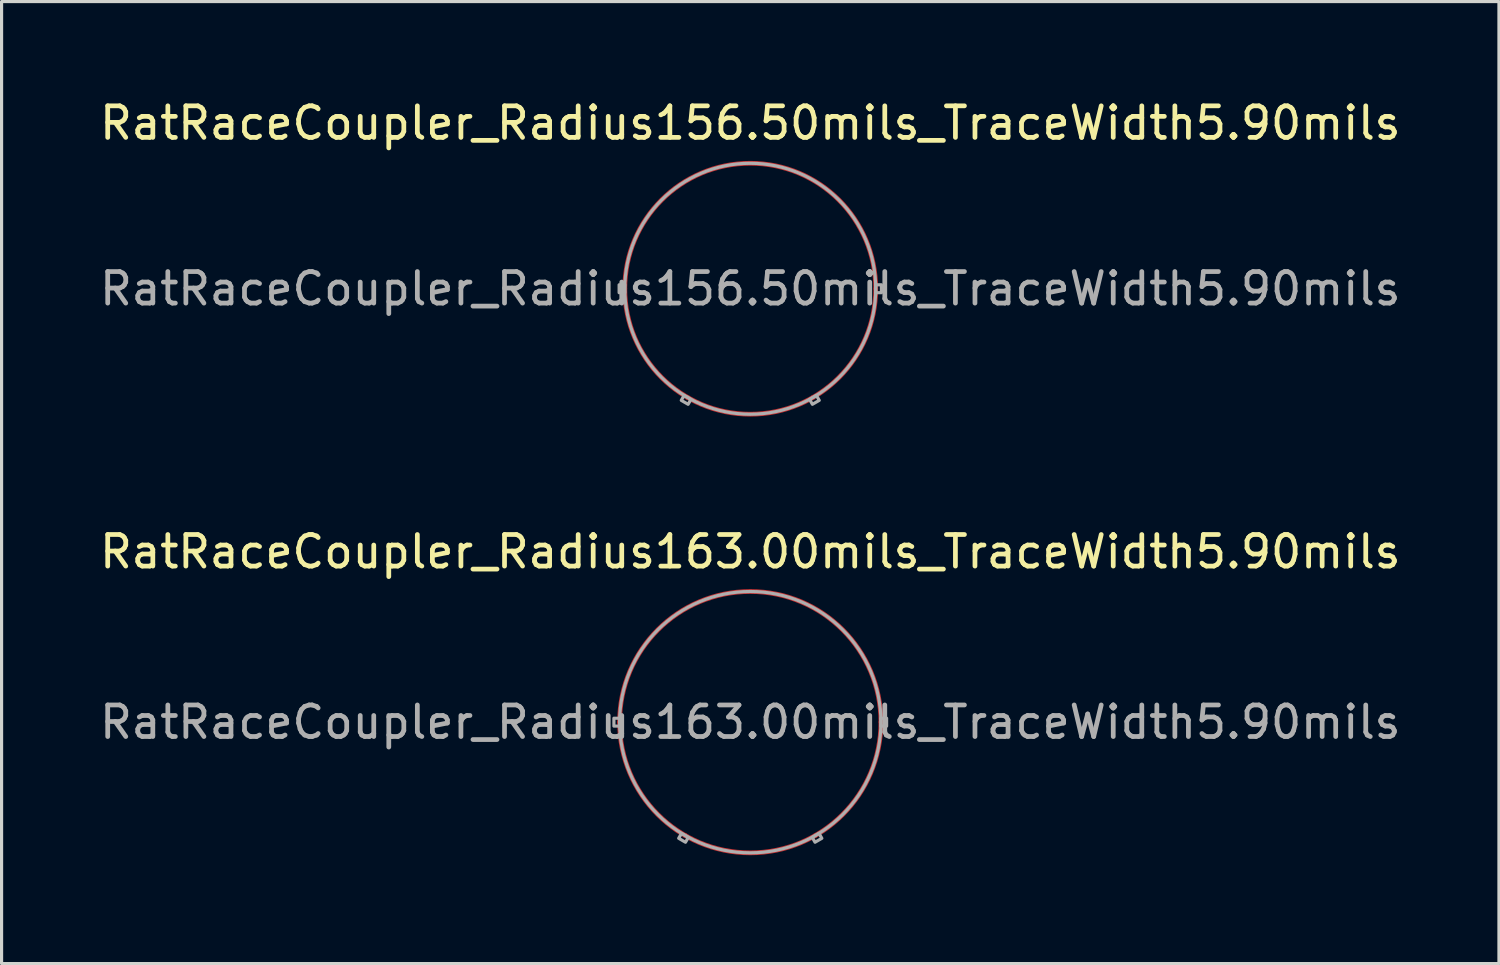
<source format=kicad_pcb>
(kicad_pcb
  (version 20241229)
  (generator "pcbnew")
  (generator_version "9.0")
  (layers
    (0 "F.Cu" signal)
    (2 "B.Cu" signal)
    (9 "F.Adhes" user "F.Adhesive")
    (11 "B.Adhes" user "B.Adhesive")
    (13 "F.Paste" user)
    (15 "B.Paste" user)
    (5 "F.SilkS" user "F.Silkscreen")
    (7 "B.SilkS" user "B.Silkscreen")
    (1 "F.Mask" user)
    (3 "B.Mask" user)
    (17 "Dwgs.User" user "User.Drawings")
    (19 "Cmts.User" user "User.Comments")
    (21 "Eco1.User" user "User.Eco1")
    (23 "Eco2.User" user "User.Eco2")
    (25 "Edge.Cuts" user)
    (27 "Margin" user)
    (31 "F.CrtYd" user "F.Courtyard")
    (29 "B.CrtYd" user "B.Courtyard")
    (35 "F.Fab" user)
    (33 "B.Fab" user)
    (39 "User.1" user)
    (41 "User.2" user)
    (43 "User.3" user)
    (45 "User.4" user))
  (footprint "RatRaceCoupler_Radius156.50mils_TraceWidth5.90mils"
    (layer "F.Cu")
    (at 20.72 6.098)
    (property "Reference" "RatRaceCoupler_Radius156.50mils_TraceWidth5.90mils" (at 0 -5.25 0) (layer "F.SilkS") (effects (font (size 1 1) (thickness 0.15))))
    (attr smd)
    (fp_circle (center 0 0) (end 3.975 0) (stroke (width 0.15) (type solid)) (fill no) (layer "F.Cu"))
    (fp_circle (center 0 0) (end 4.483 0) (stroke (width 0) (type solid)) (fill yes) (layer "F.Mask"))
    (fp_circle (center 0 0) (end 3.975 0) (stroke (width 0.1) (type solid)) (fill no) (layer "F.Fab"))
    (fp_poly (pts (xy -3.975 0.125) (xy -3.975 -0.125) (xy -4.155 -0.125) (xy -4.155 0.125) (xy -3.975 0.125)) (stroke (width 0.1) (type solid)) (fill no) (layer "F.Fab"))
    (fp_poly (pts (xy -1.879 3.505) (xy -2.096 3.38) (xy -2.186 3.536) (xy -1.969 3.661) (xy -1.879 3.505)) (stroke (width 0.1) (type solid)) (fill no) (layer "F.Fab"))
    (fp_poly (pts (xy 2.096 3.38) (xy 1.879 3.505) (xy 1.969 3.661) (xy 2.186 3.536) (xy 2.096 3.38)) (stroke (width 0.1) (type solid)) (fill no) (layer "F.Fab"))
    (fp_poly (pts (xy 3.975 -0.125) (xy 3.975 0.125) (xy 4.155 0.125) (xy 4.155 -0.125) (xy 3.975 -0.125)) (stroke (width 0.1) (type solid)) (fill no) (layer "F.Fab"))
    (fp_text user "${REFERENCE}" (at 0 0 0) (layer "F.Fab") (effects (font (size 1 1) (thickness 0.15))))
    (pad "1" smd circle (at -3.975 0) (size 0.15 0.15) (layers "F.Cu"))
    (pad "2" smd circle (at -1.988 3.443) (size 0.15 0.15) (layers "F.Cu"))
    (pad "3" smd circle (at 1.988 3.443) (size 0.15 0.15) (layers "F.Cu"))
    (pad "4" smd circle (at 3.975 0) (size 0.15 0.15) (layers "F.Cu")))
  (footprint "RatRaceCoupler_Radius163.00mils_TraceWidth5.90mils"
    (layer "F.Cu")
    (at 20.72 19.83)
    (property "Reference" "RatRaceCoupler_Radius163.00mils_TraceWidth5.90mils" (at 0 -5.4 0) (layer "F.SilkS") (effects (font (size 1 1) (thickness 0.15))))
    (attr smd)
    (fp_circle (center 0 0) (end 4.14 0) (stroke (width 0.15) (type solid)) (fill no) (layer "F.Cu"))
    (fp_circle (center 0 0) (end 4.648 0) (stroke (width 0) (type solid)) (fill yes) (layer "F.Mask"))
    (fp_circle (center 0 0) (end 4.14 0) (stroke (width 0.1) (type solid)) (fill no) (layer "F.Fab"))
    (fp_poly (pts (xy -4.14 0.125) (xy -4.14 -0.125) (xy -4.32 -0.125) (xy -4.32 0.125) (xy -4.14 0.125)) (stroke (width 0.1) (type solid)) (fill no) (layer "F.Fab"))
    (fp_poly (pts (xy -1.962 3.648) (xy -2.178 3.523) (xy -2.268 3.679) (xy -2.052 3.804) (xy -1.962 3.648)) (stroke (width 0.1) (type solid)) (fill no) (layer "F.Fab"))
    (fp_poly (pts (xy 2.178 3.523) (xy 1.962 3.648) (xy 2.052 3.804) (xy 2.268 3.679) (xy 2.178 3.523)) (stroke (width 0.1) (type solid)) (fill no) (layer "F.Fab"))
    (fp_poly (pts (xy 4.14 -0.125) (xy 4.14 0.125) (xy 4.32 0.125) (xy 4.32 -0.125) (xy 4.14 -0.125)) (stroke (width 0.1) (type solid)) (fill no) (layer "F.Fab"))
    (fp_text user "${REFERENCE}" (at 0 0 0) (layer "F.Fab") (effects (font (size 1 1) (thickness 0.15))))
    (pad "1" smd circle (at -4.14 0) (size 0.15 0.15) (layers "F.Cu"))
    (pad "2" smd circle (at -2.07 3.586) (size 0.15 0.15) (layers "F.Cu"))
    (pad "3" smd circle (at 2.07 3.586) (size 0.15 0.15) (layers "F.Cu"))
    (pad "4" smd circle (at 4.14 0) (size 0.15 0.15) (layers "F.Cu")))
  (gr_rect
    (start -3 -3)
    (end 44.44 27.478)
    (stroke (width 0.1) (type default))
    (fill no)
    (layer "Edge.Cuts")))
</source>
